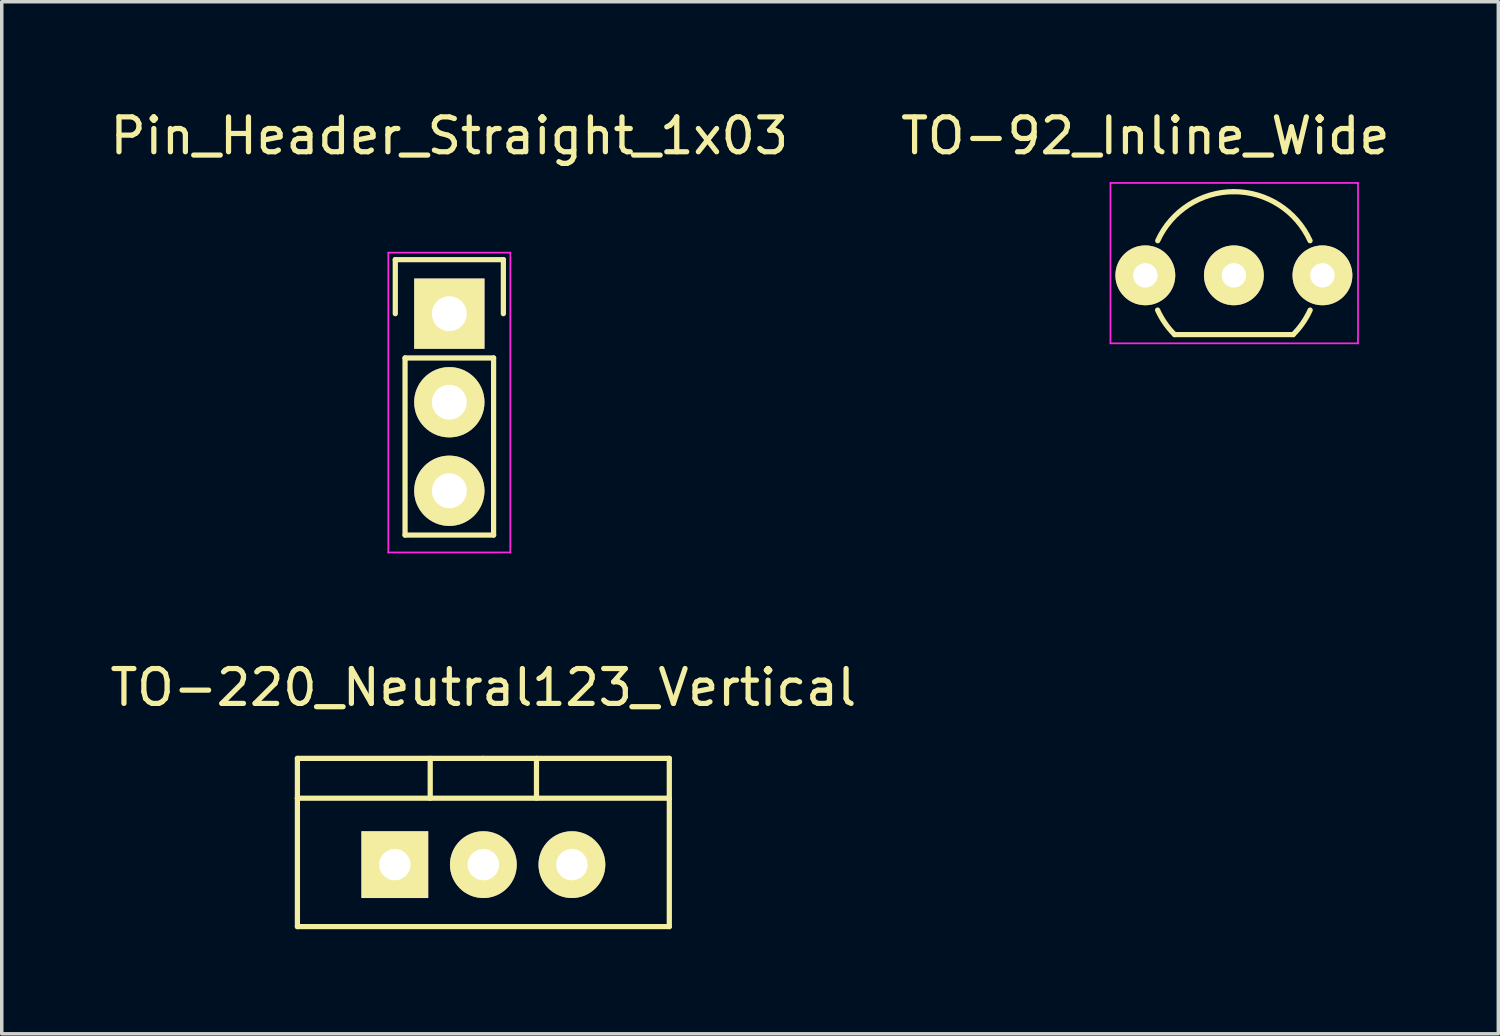
<source format=kicad_pcb>
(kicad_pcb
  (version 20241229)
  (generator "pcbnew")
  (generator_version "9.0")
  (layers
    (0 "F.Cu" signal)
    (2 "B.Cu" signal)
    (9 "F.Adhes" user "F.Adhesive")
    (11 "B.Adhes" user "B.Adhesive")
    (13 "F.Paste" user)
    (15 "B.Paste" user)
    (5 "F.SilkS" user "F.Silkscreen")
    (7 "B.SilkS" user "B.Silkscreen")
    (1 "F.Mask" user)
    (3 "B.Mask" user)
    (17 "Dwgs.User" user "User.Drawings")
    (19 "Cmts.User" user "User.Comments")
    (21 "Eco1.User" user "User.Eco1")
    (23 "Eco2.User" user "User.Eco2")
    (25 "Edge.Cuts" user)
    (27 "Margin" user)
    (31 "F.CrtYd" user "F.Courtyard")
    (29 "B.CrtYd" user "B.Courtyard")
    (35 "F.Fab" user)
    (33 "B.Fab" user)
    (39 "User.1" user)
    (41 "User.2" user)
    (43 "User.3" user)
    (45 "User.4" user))
  (footprint "Pin_Header_Straight_1x03"
    (layer "F.Cu")
    (at 9.839 5.948)
    (property "Reference" "Pin_Header_Straight_1x03" (at 0 -5.1 0) (layer "F.SilkS") (effects (font (size 1 1) (thickness 0.15))))
    (attr through_hole)
    (fp_line (start -1.55 -1.55) (end 1.55 -1.55) (stroke (width 0.15) (type solid)) (layer "F.SilkS"))
    (fp_line (start -1.55 0) (end -1.55 -1.55) (stroke (width 0.15) (type solid)) (layer "F.SilkS"))
    (fp_line (start -1.27 1.27) (end -1.27 6.35) (stroke (width 0.15) (type solid)) (layer "F.SilkS"))
    (fp_line (start -1.27 6.35) (end 1.27 6.35) (stroke (width 0.15) (type solid)) (layer "F.SilkS"))
    (fp_line (start 1.27 1.27) (end -1.27 1.27) (stroke (width 0.15) (type solid)) (layer "F.SilkS"))
    (fp_line (start 1.27 6.35) (end 1.27 1.27) (stroke (width 0.15) (type solid)) (layer "F.SilkS"))
    (fp_line (start 1.55 -1.55) (end 1.55 0) (stroke (width 0.15) (type solid)) (layer "F.SilkS"))
    (fp_line (start -1.75 -1.75) (end -1.75 6.85) (stroke (width 0.05) (type solid)) (layer "F.CrtYd"))
    (fp_line (start -1.75 -1.75) (end 1.75 -1.75) (stroke (width 0.05) (type solid)) (layer "F.CrtYd"))
    (fp_line (start -1.75 6.85) (end 1.75 6.85) (stroke (width 0.05) (type solid)) (layer "F.CrtYd"))
    (fp_line (start 1.75 -1.75) (end 1.75 6.85) (stroke (width 0.05) (type solid)) (layer "F.CrtYd"))
    (pad "1" thru_hole rect (at 0 0) (size 2.016 2.016) (drill 1) (layers "*.Cu" "*.Mask" "F.SilkS"))
    (pad "2" thru_hole circle (at 0 2.54) (size 2.016 2.016) (drill 1) (layers "*.Cu" "*.Mask" "F.SilkS"))
    (pad "3" thru_hole circle (at 0 5.08) (size 2.016 2.016) (drill 1) (layers "*.Cu" "*.Mask" "F.SilkS")))
  (footprint "TO-92_Inline_Wide"
    (layer "F.Cu")
    (at 29.804 4.848)
    (property "Reference" "TO-92_Inline_Wide" (at 0 -4 180) (layer "F.SilkS") (effects (font (size 1 1) (thickness 0.15))))
    (attr through_hole)
    (fp_line (start 0.84 1.7) (end 4.24 1.7) (stroke (width 0.15) (type solid)) (layer "F.SilkS"))
    (fp_arc (start 0.355121 -0.993127) (mid 1.240675 -2.017858) (end 2.54 -2.4) (stroke (width 0.15) (type solid)) (layer "F.SilkS"))
    (fp_arc (start 0.84 1.7) (mid 0.564627 1.370365) (end 0.352305 0.99699) (stroke (width 0.15) (type solid)) (layer "F.SilkS"))
    (fp_arc (start 2.54 -2.4) (mid 3.839326 -2.017858) (end 4.724879 -0.993127) (stroke (width 0.15) (type solid)) (layer "F.SilkS"))
    (fp_arc (start 4.727695 0.99699) (mid 4.515373 1.370365) (end 4.24 1.7) (stroke (width 0.15) (type solid)) (layer "F.SilkS"))
    (fp_line (start -1 -2.65) (end 6.1 -2.65) (stroke (width 0.05) (type solid)) (layer "F.CrtYd"))
    (fp_line (start -1 1.95) (end -1 -2.65) (stroke (width 0.05) (type solid)) (layer "F.CrtYd"))
    (fp_line (start -1 1.95) (end 6.1 1.95) (stroke (width 0.05) (type solid)) (layer "F.CrtYd"))
    (fp_line (start 6.1 1.95) (end 6.1 -2.65) (stroke (width 0.05) (type solid)) (layer "F.CrtYd"))
    (pad "1" thru_hole circle (at 0 0 90) (size 1.716 1.716) (drill 0.7) (layers "*.Cu" "*.Mask" "F.SilkS"))
    (pad "2" thru_hole circle (at 2.54 0 90) (size 1.716 1.716) (drill 0.7) (layers "*.Cu" "*.Mask" "F.SilkS"))
    (pad "3" thru_hole circle (at 5.08 0 90) (size 1.716 1.716) (drill 0.7) (layers "*.Cu" "*.Mask" "F.SilkS")))
  (footprint "TO-220_Neutral123_Vertical"
    (layer "F.Cu")
    (at 10.815 21.752)
    (property "Reference" "TO-220_Neutral123_Vertical" (at 0 -5.08 0) (layer "F.SilkS") (effects (font (size 1 1) (thickness 0.15))))
    (attr through_hole)
    (fp_line (start -5.334 -1.905) (end -5.334 -3.048) (stroke (width 0.15) (type solid)) (layer "F.SilkS"))
    (fp_line (start -5.334 1.778) (end -5.334 -1.905) (stroke (width 0.15) (type solid)) (layer "F.SilkS"))
    (fp_line (start -1.524 -3.048) (end -1.524 -1.905) (stroke (width 0.15) (type solid)) (layer "F.SilkS"))
    (fp_line (start 0 -3.048) (end -5.334 -3.048) (stroke (width 0.15) (type solid)) (layer "F.SilkS"))
    (fp_line (start 0 -3.048) (end 5.334 -3.048) (stroke (width 0.15) (type solid)) (layer "F.SilkS"))
    (fp_line (start 1.524 -3.048) (end 1.524 -1.905) (stroke (width 0.15) (type solid)) (layer "F.SilkS"))
    (fp_line (start 5.334 -3.048) (end 5.334 -1.905) (stroke (width 0.15) (type solid)) (layer "F.SilkS"))
    (fp_line (start 5.334 -1.905) (end -5.334 -1.905) (stroke (width 0.15) (type solid)) (layer "F.SilkS"))
    (fp_line (start 5.334 -1.905) (end 5.334 1.778) (stroke (width 0.15) (type solid)) (layer "F.SilkS"))
    (fp_line (start 5.334 1.778) (end -5.334 1.778) (stroke (width 0.15) (type solid)) (layer "F.SilkS"))
    (pad "1" thru_hole rect (at -2.54 0 90) (size 1.916 1.916) (drill 0.9) (layers "*.Cu" "*.Mask" "F.SilkS"))
    (pad "2" thru_hole circle (at 0 0 90) (size 1.916 1.916) (drill 0.9) (layers "*.Cu" "*.Mask" "F.SilkS"))
    (pad "3" thru_hole circle (at 2.54 0 90) (size 1.916 1.916) (drill 0.9) (layers "*.Cu" "*.Mask" "F.SilkS")))
  (gr_rect
    (start -3 -3)
    (end 39.929 26.605)
    (stroke (width 0.1) (type default))
    (fill no)
    (layer "Edge.Cuts")))
</source>
